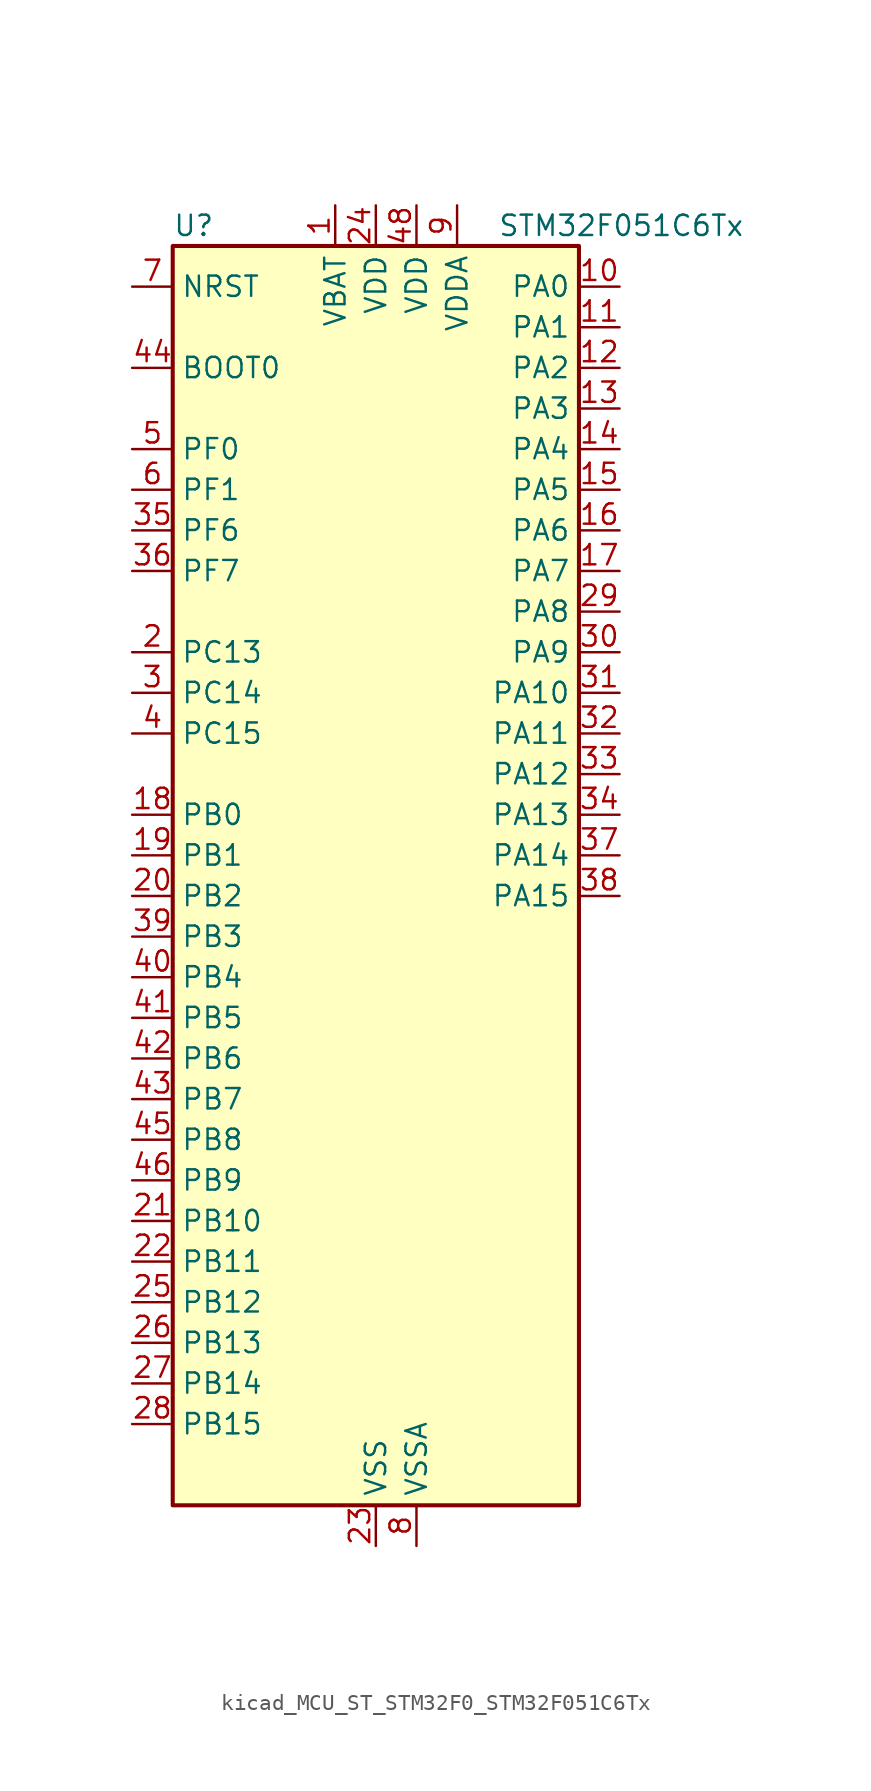
<source format=kicad_sym>
(kicad_symbol_lib
  (version 20220914)
  (generator kicad_symbol_editor)
  (symbol "kicad_MCU_ST_STM32F0_STM32F051C6Tx"
    (property "Reference" "U"
      (at -12.7 41.91 0)
      (effects (font (size 1.27 1.27)) (justify left)))
    (property "Value" "STM32F051C6Tx"
      (at 7.62 41.91 0)
      (effects (font (size 1.27 1.27)) (justify left)))
    (property "ki_locked" ""
      (at 0 0 0)
      (effects (font (size 1.27 1.27))))
    (symbol "kicad_MCU_ST_STM32F0_STM32F051C6Tx_0_1"
      (rectangle (start -12.7 -38.1) (end 12.7 40.64) (stroke (width 0.254) (type default)) (fill (type background))))
    (symbol "kicad_MCU_ST_STM32F0_STM32F051C6Tx_1_1"
      (pin power_in line (at -2.54 43.18 270) (length 2.54) (name "VBAT" (effects (font (size 1.27 1.27)))) (number "1" (effects (font (size 1.27 1.27)))))
      (pin bidirectional line (at 15.24 38.1 180) (length 2.54) (name "PA0" (effects (font (size 1.27 1.27)))) (number "10" (effects (font (size 1.27 1.27)))) (alternate "ADC_IN0" bidirectional line) (alternate "COMP1_INM" bidirectional line) (alternate "COMP1_OUT" bidirectional line) (alternate "RTC_TAMP2" bidirectional line) (alternate "SYS_WKUP1" bidirectional line) (alternate "TIM2_CH1" bidirectional line) (alternate "TIM2_ETR" bidirectional line) (alternate "TSC_G1_IO1" bidirectional line) (alternate "USART2_CTS" bidirectional line))
      (pin bidirectional line (at 15.24 35.56 180) (length 2.54) (name "PA1" (effects (font (size 1.27 1.27)))) (number "11" (effects (font (size 1.27 1.27)))) (alternate "ADC_IN1" bidirectional line) (alternate "COMP1_INP" bidirectional line) (alternate "TIM2_CH2" bidirectional line) (alternate "TSC_G1_IO2" bidirectional line) (alternate "USART2_DE" bidirectional line) (alternate "USART2_RTS" bidirectional line))
      (pin bidirectional line (at 15.24 33.02 180) (length 2.54) (name "PA2" (effects (font (size 1.27 1.27)))) (number "12" (effects (font (size 1.27 1.27)))) (alternate "ADC_IN2" bidirectional line) (alternate "COMP2_INM" bidirectional line) (alternate "COMP2_OUT" bidirectional line) (alternate "TIM15_CH1" bidirectional line) (alternate "TIM2_CH3" bidirectional line) (alternate "TSC_G1_IO3" bidirectional line) (alternate "USART2_TX" bidirectional line))
      (pin bidirectional line (at 15.24 30.48 180) (length 2.54) (name "PA3" (effects (font (size 1.27 1.27)))) (number "13" (effects (font (size 1.27 1.27)))) (alternate "ADC_IN3" bidirectional line) (alternate "COMP2_INP" bidirectional line) (alternate "TIM15_CH2" bidirectional line) (alternate "TIM2_CH4" bidirectional line) (alternate "TSC_G1_IO4" bidirectional line) (alternate "USART2_RX" bidirectional line))
      (pin bidirectional line (at 15.24 27.94 180) (length 2.54) (name "PA4" (effects (font (size 1.27 1.27)))) (number "14" (effects (font (size 1.27 1.27)))) (alternate "ADC_IN4" bidirectional line) (alternate "COMP1_INM" bidirectional line) (alternate "COMP2_INM" bidirectional line) (alternate "DAC1_OUT1" bidirectional line) (alternate "I2S1_WS" bidirectional line) (alternate "SPI1_NSS" bidirectional line) (alternate "TIM14_CH1" bidirectional line) (alternate "TSC_G2_IO1" bidirectional line) (alternate "USART2_CK" bidirectional line))
      (pin bidirectional line (at 15.24 25.4 180) (length 2.54) (name "PA5" (effects (font (size 1.27 1.27)))) (number "15" (effects (font (size 1.27 1.27)))) (alternate "ADC_IN5" bidirectional line) (alternate "CEC" bidirectional line) (alternate "COMP1_INM" bidirectional line) (alternate "COMP2_INM" bidirectional line) (alternate "I2S1_CK" bidirectional line) (alternate "SPI1_SCK" bidirectional line) (alternate "TIM2_CH1" bidirectional line) (alternate "TIM2_ETR" bidirectional line) (alternate "TSC_G2_IO2" bidirectional line))
      (pin bidirectional line (at 15.24 22.86 180) (length 2.54) (name "PA6" (effects (font (size 1.27 1.27)))) (number "16" (effects (font (size 1.27 1.27)))) (alternate "ADC_IN6" bidirectional line) (alternate "COMP1_OUT" bidirectional line) (alternate "I2S1_MCK" bidirectional line) (alternate "SPI1_MISO" bidirectional line) (alternate "TIM16_CH1" bidirectional line) (alternate "TIM1_BKIN" bidirectional line) (alternate "TIM3_CH1" bidirectional line) (alternate "TSC_G2_IO3" bidirectional line))
      (pin bidirectional line (at 15.24 20.32 180) (length 2.54) (name "PA7" (effects (font (size 1.27 1.27)))) (number "17" (effects (font (size 1.27 1.27)))) (alternate "ADC_IN7" bidirectional line) (alternate "COMP2_OUT" bidirectional line) (alternate "I2S1_SD" bidirectional line) (alternate "SPI1_MOSI" bidirectional line) (alternate "TIM14_CH1" bidirectional line) (alternate "TIM17_CH1" bidirectional line) (alternate "TIM1_CH1N" bidirectional line) (alternate "TIM3_CH2" bidirectional line) (alternate "TSC_G2_IO4" bidirectional line))
      (pin bidirectional line (at -15.24 5.08 0) (length 2.54) (name "PB0" (effects (font (size 1.27 1.27)))) (number "18" (effects (font (size 1.27 1.27)))) (alternate "ADC_IN8" bidirectional line) (alternate "TIM1_CH2N" bidirectional line) (alternate "TIM3_CH3" bidirectional line) (alternate "TSC_G3_IO2" bidirectional line))
      (pin bidirectional line (at -15.24 2.54 0) (length 2.54) (name "PB1" (effects (font (size 1.27 1.27)))) (number "19" (effects (font (size 1.27 1.27)))) (alternate "ADC_IN9" bidirectional line) (alternate "TIM14_CH1" bidirectional line) (alternate "TIM1_CH3N" bidirectional line) (alternate "TIM3_CH4" bidirectional line) (alternate "TSC_G3_IO3" bidirectional line))
      (pin bidirectional line (at -15.24 15.24 0) (length 2.54) (name "PC13" (effects (font (size 1.27 1.27)))) (number "2" (effects (font (size 1.27 1.27)))) (alternate "RTC_OUT_ALARM" bidirectional line) (alternate "RTC_OUT_CALIB" bidirectional line) (alternate "RTC_TAMP1" bidirectional line) (alternate "RTC_TS" bidirectional line) (alternate "SYS_WKUP2" bidirectional line))
      (pin bidirectional line (at -15.24 0 0) (length 2.54) (name "PB2" (effects (font (size 1.27 1.27)))) (number "20" (effects (font (size 1.27 1.27)))) (alternate "TSC_G3_IO4" bidirectional line))
      (pin bidirectional line (at -15.24 -20.32 0) (length 2.54) (name "PB10" (effects (font (size 1.27 1.27)))) (number "21" (effects (font (size 1.27 1.27)))) (alternate "CEC" bidirectional line) (alternate "TIM2_CH3" bidirectional line) (alternate "TSC_SYNC" bidirectional line))
      (pin bidirectional line (at -15.24 -22.86 0) (length 2.54) (name "PB11" (effects (font (size 1.27 1.27)))) (number "22" (effects (font (size 1.27 1.27)))) (alternate "TIM2_CH4" bidirectional line) (alternate "TSC_G6_IO1" bidirectional line))
      (pin power_in line (at 0 -40.64 90) (length 2.54) (name "VSS" (effects (font (size 1.27 1.27)))) (number "23" (effects (font (size 1.27 1.27)))))
      (pin power_in line (at 0 43.18 270) (length 2.54) (name "VDD" (effects (font (size 1.27 1.27)))) (number "24" (effects (font (size 1.27 1.27)))))
      (pin bidirectional line (at -15.24 -25.4 0) (length 2.54) (name "PB12" (effects (font (size 1.27 1.27)))) (number "25" (effects (font (size 1.27 1.27)))) (alternate "TIM1_BKIN" bidirectional line) (alternate "TSC_G6_IO2" bidirectional line))
      (pin bidirectional line (at -15.24 -27.94 0) (length 2.54) (name "PB13" (effects (font (size 1.27 1.27)))) (number "26" (effects (font (size 1.27 1.27)))) (alternate "TIM1_CH1N" bidirectional line) (alternate "TSC_G6_IO3" bidirectional line))
      (pin bidirectional line (at -15.24 -30.48 0) (length 2.54) (name "PB14" (effects (font (size 1.27 1.27)))) (number "27" (effects (font (size 1.27 1.27)))) (alternate "TIM15_CH1" bidirectional line) (alternate "TIM1_CH2N" bidirectional line) (alternate "TSC_G6_IO4" bidirectional line))
      (pin bidirectional line (at -15.24 -33.02 0) (length 2.54) (name "PB15" (effects (font (size 1.27 1.27)))) (number "28" (effects (font (size 1.27 1.27)))) (alternate "RTC_REFIN" bidirectional line) (alternate "TIM15_CH1N" bidirectional line) (alternate "TIM15_CH2" bidirectional line) (alternate "TIM1_CH3N" bidirectional line))
      (pin bidirectional line (at 15.24 17.78 180) (length 2.54) (name "PA8" (effects (font (size 1.27 1.27)))) (number "29" (effects (font (size 1.27 1.27)))) (alternate "RCC_MCO" bidirectional line) (alternate "TIM1_CH1" bidirectional line) (alternate "USART1_CK" bidirectional line))
      (pin bidirectional line (at -15.24 12.7 0) (length 2.54) (name "PC14" (effects (font (size 1.27 1.27)))) (number "3" (effects (font (size 1.27 1.27)))) (alternate "RCC_OSC32_IN" bidirectional line))
      (pin bidirectional line (at 15.24 15.24 180) (length 2.54) (name "PA9" (effects (font (size 1.27 1.27)))) (number "30" (effects (font (size 1.27 1.27)))) (alternate "DAC1_EXTI9" bidirectional line) (alternate "TIM15_BKIN" bidirectional line) (alternate "TIM1_CH2" bidirectional line) (alternate "TSC_G4_IO1" bidirectional line) (alternate "USART1_TX" bidirectional line))
      (pin bidirectional line (at 15.24 12.7 180) (length 2.54) (name "PA10" (effects (font (size 1.27 1.27)))) (number "31" (effects (font (size 1.27 1.27)))) (alternate "TIM17_BKIN" bidirectional line) (alternate "TIM1_CH3" bidirectional line) (alternate "TSC_G4_IO2" bidirectional line) (alternate "USART1_RX" bidirectional line))
      (pin bidirectional line (at 15.24 10.16 180) (length 2.54) (name "PA11" (effects (font (size 1.27 1.27)))) (number "32" (effects (font (size 1.27 1.27)))) (alternate "COMP1_OUT" bidirectional line) (alternate "TIM1_CH4" bidirectional line) (alternate "TSC_G4_IO3" bidirectional line) (alternate "USART1_CTS" bidirectional line))
      (pin bidirectional line (at 15.24 7.62 180) (length 2.54) (name "PA12" (effects (font (size 1.27 1.27)))) (number "33" (effects (font (size 1.27 1.27)))) (alternate "COMP2_OUT" bidirectional line) (alternate "TIM1_ETR" bidirectional line) (alternate "TSC_G4_IO4" bidirectional line) (alternate "USART1_DE" bidirectional line) (alternate "USART1_RTS" bidirectional line))
      (pin bidirectional line (at 15.24 5.08 180) (length 2.54) (name "PA13" (effects (font (size 1.27 1.27)))) (number "34" (effects (font (size 1.27 1.27)))) (alternate "IR_OUT" bidirectional line) (alternate "SYS_SWDIO" bidirectional line))
      (pin bidirectional line (at -15.24 22.86 0) (length 2.54) (name "PF6" (effects (font (size 1.27 1.27)))) (number "35" (effects (font (size 1.27 1.27)))))
      (pin bidirectional line (at -15.24 20.32 0) (length 2.54) (name "PF7" (effects (font (size 1.27 1.27)))) (number "36" (effects (font (size 1.27 1.27)))))
      (pin bidirectional line (at 15.24 2.54 180) (length 2.54) (name "PA14" (effects (font (size 1.27 1.27)))) (number "37" (effects (font (size 1.27 1.27)))) (alternate "SYS_SWCLK" bidirectional line) (alternate "USART2_TX" bidirectional line))
      (pin bidirectional line (at 15.24 0 180) (length 2.54) (name "PA15" (effects (font (size 1.27 1.27)))) (number "38" (effects (font (size 1.27 1.27)))) (alternate "I2S1_WS" bidirectional line) (alternate "SPI1_NSS" bidirectional line) (alternate "TIM2_CH1" bidirectional line) (alternate "TIM2_ETR" bidirectional line) (alternate "USART2_RX" bidirectional line))
      (pin bidirectional line (at -15.24 -2.54 0) (length 2.54) (name "PB3" (effects (font (size 1.27 1.27)))) (number "39" (effects (font (size 1.27 1.27)))) (alternate "I2S1_CK" bidirectional line) (alternate "SPI1_SCK" bidirectional line) (alternate "TIM2_CH2" bidirectional line) (alternate "TSC_G5_IO1" bidirectional line))
      (pin bidirectional line (at -15.24 10.16 0) (length 2.54) (name "PC15" (effects (font (size 1.27 1.27)))) (number "4" (effects (font (size 1.27 1.27)))) (alternate "RCC_OSC32_OUT" bidirectional line))
      (pin bidirectional line (at -15.24 -5.08 0) (length 2.54) (name "PB4" (effects (font (size 1.27 1.27)))) (number "40" (effects (font (size 1.27 1.27)))) (alternate "I2S1_MCK" bidirectional line) (alternate "SPI1_MISO" bidirectional line) (alternate "TIM3_CH1" bidirectional line) (alternate "TSC_G5_IO2" bidirectional line))
      (pin bidirectional line (at -15.24 -7.62 0) (length 2.54) (name "PB5" (effects (font (size 1.27 1.27)))) (number "41" (effects (font (size 1.27 1.27)))) (alternate "I2C1_SMBA" bidirectional line) (alternate "I2S1_SD" bidirectional line) (alternate "SPI1_MOSI" bidirectional line) (alternate "TIM16_BKIN" bidirectional line) (alternate "TIM3_CH2" bidirectional line))
      (pin bidirectional line (at -15.24 -10.16 0) (length 2.54) (name "PB6" (effects (font (size 1.27 1.27)))) (number "42" (effects (font (size 1.27 1.27)))) (alternate "I2C1_SCL" bidirectional line) (alternate "TIM16_CH1N" bidirectional line) (alternate "TSC_G5_IO3" bidirectional line) (alternate "USART1_TX" bidirectional line))
      (pin bidirectional line (at -15.24 -12.7 0) (length 2.54) (name "PB7" (effects (font (size 1.27 1.27)))) (number "43" (effects (font (size 1.27 1.27)))) (alternate "I2C1_SDA" bidirectional line) (alternate "TIM17_CH1N" bidirectional line) (alternate "TSC_G5_IO4" bidirectional line) (alternate "USART1_RX" bidirectional line))
      (pin input line (at -15.24 33.02 0) (length 2.54) (name "BOOT0" (effects (font (size 1.27 1.27)))) (number "44" (effects (font (size 1.27 1.27)))))
      (pin bidirectional line (at -15.24 -15.24 0) (length 2.54) (name "PB8" (effects (font (size 1.27 1.27)))) (number "45" (effects (font (size 1.27 1.27)))) (alternate "CEC" bidirectional line) (alternate "I2C1_SCL" bidirectional line) (alternate "TIM16_CH1" bidirectional line) (alternate "TSC_SYNC" bidirectional line))
      (pin bidirectional line (at -15.24 -17.78 0) (length 2.54) (name "PB9" (effects (font (size 1.27 1.27)))) (number "46" (effects (font (size 1.27 1.27)))) (alternate "DAC1_EXTI9" bidirectional line) (alternate "I2C1_SDA" bidirectional line) (alternate "IR_OUT" bidirectional line) (alternate "TIM17_CH1" bidirectional line))
      (pin passive line (at 0 -40.64 90) (length 2.54) hide (name "VSS" (effects (font (size 1.27 1.27)))) (number "47" (effects (font (size 1.27 1.27)))))
      (pin power_in line (at 2.54 43.18 270) (length 2.54) (name "VDD" (effects (font (size 1.27 1.27)))) (number "48" (effects (font (size 1.27 1.27)))))
      (pin bidirectional line (at -15.24 27.94 0) (length 2.54) (name "PF0" (effects (font (size 1.27 1.27)))) (number "5" (effects (font (size 1.27 1.27)))) (alternate "RCC_OSC_IN" bidirectional line))
      (pin bidirectional line (at -15.24 25.4 0) (length 2.54) (name "PF1" (effects (font (size 1.27 1.27)))) (number "6" (effects (font (size 1.27 1.27)))) (alternate "RCC_OSC_OUT" bidirectional line))
      (pin input line (at -15.24 38.1 0) (length 2.54) (name "NRST" (effects (font (size 1.27 1.27)))) (number "7" (effects (font (size 1.27 1.27)))))
      (pin power_in line (at 2.54 -40.64 90) (length 2.54) (name "VSSA" (effects (font (size 1.27 1.27)))) (number "8" (effects (font (size 1.27 1.27)))))
      (pin power_in line (at 5.08 43.18 270) (length 2.54) (name "VDDA" (effects (font (size 1.27 1.27)))) (number "9" (effects (font (size 1.27 1.27))))))))
</source>
